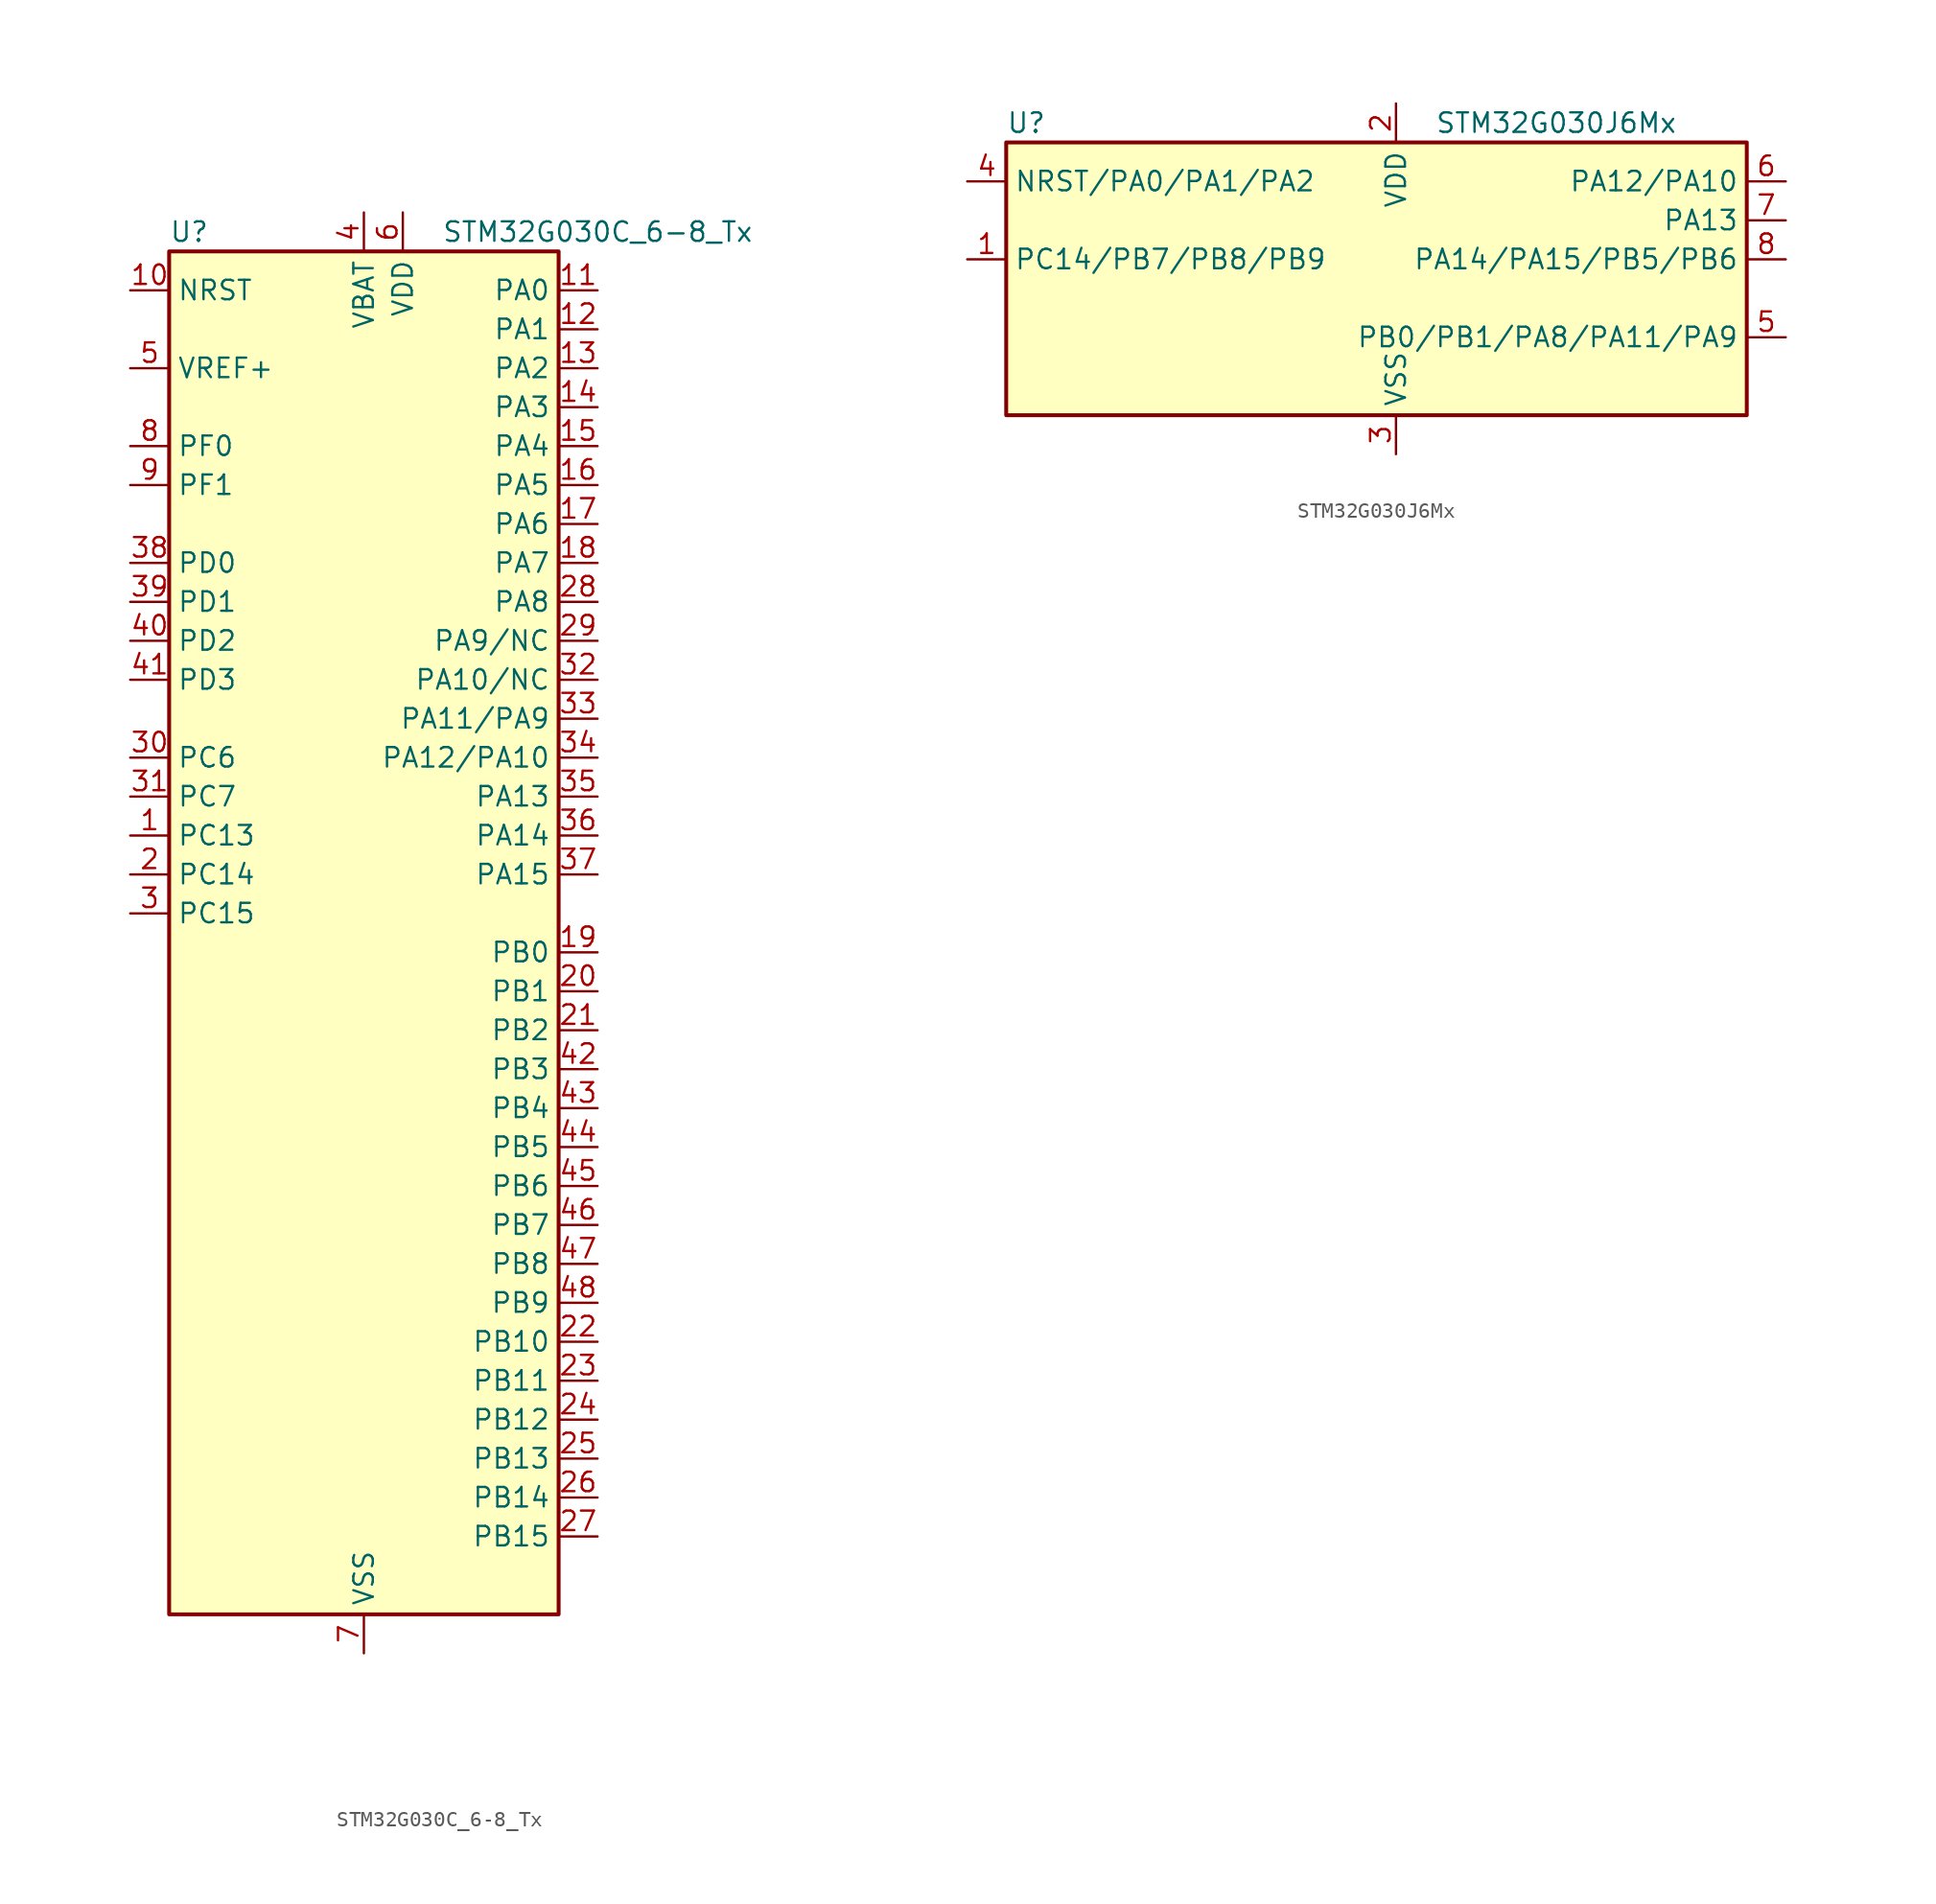
<source format=kicad_sym>
(kicad_symbol_lib
  (version 20211014)
  (generator kicad-library-utils)
  (symbol "STM32G030C_6-8_Tx"
    (property "Reference" "U"
      (at -12.7 46.99 0)
      (effects (font (size 1.27 1.27)) (justify left)))
    (property "Value" "STM32G030C_6-8_Tx"
      (at 5.08 46.99 0)
      (effects (font (size 1.27 1.27)) (justify left)))
    (property "ki_fp_filters" "LQFP*7x7mm*P0.5mm*"
      (at 0.0 0.0 0.0)
      (effects (font (size 1.27 1.27))))
    (symbol "STM32G030C_6-8_Tx_0_1"
      (rectangle (start -12.7 -43.18) (end 12.7 45.72) (stroke (width 0.254)) (fill (type background))))
    (symbol "STM32G030C_6-8_Tx_1_1"
      (pin input line (at -15.24 43.18 0) (length 2.54) (name "NRST" (effects (font (size 1.27 1.27)))) (number "10" (effects (font (size 1.27 1.27)))))
      (pin input line (at -15.24 38.1 0) (length 2.54) (name "VREF+" (effects (font (size 1.27 1.27)))) (number "5" (effects (font (size 1.27 1.27)))) (alternate "VREFBUF_OUT" bidirectional line))
      (pin bidirectional line (at -15.24 33.02 0) (length 2.54) (name "PF0" (effects (font (size 1.27 1.27)))) (number "8" (effects (font (size 1.27 1.27)))) (alternate "RCC_OSC_IN" bidirectional line) (alternate "TIM14_CH1" bidirectional line))
      (pin bidirectional line (at -15.24 30.48 0) (length 2.54) (name "PF1" (effects (font (size 1.27 1.27)))) (number "9" (effects (font (size 1.27 1.27)))) (alternate "RCC_OSC_EN" bidirectional line) (alternate "RCC_OSC_OUT" bidirectional line))
      (pin bidirectional line (at -15.24 25.4 0) (length 2.54) (name "PD0" (effects (font (size 1.27 1.27)))) (number "38" (effects (font (size 1.27 1.27)))) (alternate "SPI2_NSS" bidirectional line) (alternate "TIM16_CH1" bidirectional line))
      (pin bidirectional line (at -15.24 22.86 0) (length 2.54) (name "PD1" (effects (font (size 1.27 1.27)))) (number "39" (effects (font (size 1.27 1.27)))) (alternate "SPI2_SCK" bidirectional line) (alternate "TIM17_CH1" bidirectional line))
      (pin bidirectional line (at -15.24 20.32 0) (length 2.54) (name "PD2" (effects (font (size 1.27 1.27)))) (number "40" (effects (font (size 1.27 1.27)))) (alternate "TIM1_CH1N" bidirectional line) (alternate "TIM3_ETR" bidirectional line))
      (pin bidirectional line (at -15.24 17.78 0) (length 2.54) (name "PD3" (effects (font (size 1.27 1.27)))) (number "41" (effects (font (size 1.27 1.27)))) (alternate "SPI2_MISO" bidirectional line) (alternate "TIM1_CH2N" bidirectional line) (alternate "USART2_CTS" bidirectional line) (alternate "USART2_NSS" bidirectional line))
      (pin bidirectional line (at -15.24 12.7 0) (length 2.54) (name "PC6" (effects (font (size 1.27 1.27)))) (number "30" (effects (font (size 1.27 1.27)))) (alternate "TIM3_CH1" bidirectional line))
      (pin bidirectional line (at -15.24 10.16 0) (length 2.54) (name "PC7" (effects (font (size 1.27 1.27)))) (number "31" (effects (font (size 1.27 1.27)))) (alternate "TIM3_CH2" bidirectional line))
      (pin bidirectional line (at -15.24 7.62 0) (length 2.54) (name "PC13" (effects (font (size 1.27 1.27)))) (number "1" (effects (font (size 1.27 1.27)))) (alternate "RTC_OUT_ALARM" bidirectional line) (alternate "RTC_OUT_CALIB" bidirectional line) (alternate "RTC_TAMP_IN1" bidirectional line) (alternate "RTC_TS" bidirectional line) (alternate "SYS_WKUP2" bidirectional line) (alternate "TIM1_BK" bidirectional line))
      (pin bidirectional line (at -15.24 5.08 0) (length 2.54) (name "PC14" (effects (font (size 1.27 1.27)))) (number "2" (effects (font (size 1.27 1.27)))) (alternate "RCC_OSC32_IN" bidirectional line) (alternate "TIM1_BK2" bidirectional line))
      (pin bidirectional line (at -15.24 2.54 0) (length 2.54) (name "PC15" (effects (font (size 1.27 1.27)))) (number "3" (effects (font (size 1.27 1.27)))) (alternate "RCC_OSC32_EN" bidirectional line) (alternate "RCC_OSC32_OUT" bidirectional line) (alternate "RCC_OSC_EN" bidirectional line))
      (pin bidirectional line (at 15.24 43.18 180) (length 2.54) (name "PA0" (effects (font (size 1.27 1.27)))) (number "11" (effects (font (size 1.27 1.27)))) (alternate "ADC1_IN0" bidirectional line) (alternate "RTC_TAMP_IN2" bidirectional line) (alternate "SPI2_SCK" bidirectional line) (alternate "SYS_WKUP1" bidirectional line) (alternate "USART2_CTS" bidirectional line) (alternate "USART2_NSS" bidirectional line))
      (pin bidirectional line (at 15.24 40.64 180) (length 2.54) (name "PA1" (effects (font (size 1.27 1.27)))) (number "12" (effects (font (size 1.27 1.27)))) (alternate "ADC1_IN1" bidirectional line) (alternate "I2C1_SMBA" bidirectional line) (alternate "I2S1_CK" bidirectional line) (alternate "SPI1_SCK" bidirectional line) (alternate "USART2_CK" bidirectional line) (alternate "USART2_DE" bidirectional line) (alternate "USART2_RTS" bidirectional line))
      (pin bidirectional line (at 15.24 38.1 180) (length 2.54) (name "PA2" (effects (font (size 1.27 1.27)))) (number "13" (effects (font (size 1.27 1.27)))) (alternate "ADC1_IN2" bidirectional line) (alternate "I2S1_SD" bidirectional line) (alternate "RCC_LSCO" bidirectional line) (alternate "SPI1_MOSI" bidirectional line) (alternate "SYS_WKUP4" bidirectional line) (alternate "USART2_TX" bidirectional line))
      (pin bidirectional line (at 15.24 35.56 180) (length 2.54) (name "PA3" (effects (font (size 1.27 1.27)))) (number "14" (effects (font (size 1.27 1.27)))) (alternate "ADC1_IN3" bidirectional line) (alternate "SPI2_MISO" bidirectional line) (alternate "USART2_RX" bidirectional line))
      (pin bidirectional line (at 15.24 33.02 180) (length 2.54) (name "PA4" (effects (font (size 1.27 1.27)))) (number "15" (effects (font (size 1.27 1.27)))) (alternate "ADC1_IN4" bidirectional line) (alternate "I2S1_WS" bidirectional line) (alternate "RTC_OUT_ALARM" bidirectional line) (alternate "RTC_OUT_CALIB" bidirectional line) (alternate "SPI1_NSS" bidirectional line) (alternate "SPI2_MOSI" bidirectional line) (alternate "TIM14_CH1" bidirectional line))
      (pin bidirectional line (at 15.24 30.48 180) (length 2.54) (name "PA5" (effects (font (size 1.27 1.27)))) (number "16" (effects (font (size 1.27 1.27)))) (alternate "ADC1_IN5" bidirectional line) (alternate "I2S1_CK" bidirectional line) (alternate "SPI1_SCK" bidirectional line))
      (pin bidirectional line (at 15.24 27.94 180) (length 2.54) (name "PA6" (effects (font (size 1.27 1.27)))) (number "17" (effects (font (size 1.27 1.27)))) (alternate "ADC1_IN6" bidirectional line) (alternate "I2S1_MCK" bidirectional line) (alternate "SPI1_MISO" bidirectional line) (alternate "TIM16_CH1" bidirectional line) (alternate "TIM1_BK" bidirectional line) (alternate "TIM3_CH1" bidirectional line))
      (pin bidirectional line (at 15.24 25.4 180) (length 2.54) (name "PA7" (effects (font (size 1.27 1.27)))) (number "18" (effects (font (size 1.27 1.27)))) (alternate "ADC1_IN7" bidirectional line) (alternate "I2S1_SD" bidirectional line) (alternate "SPI1_MOSI" bidirectional line) (alternate "TIM14_CH1" bidirectional line) (alternate "TIM17_CH1" bidirectional line) (alternate "TIM1_CH1N" bidirectional line) (alternate "TIM3_CH2" bidirectional line))
      (pin bidirectional line (at 15.24 22.86 180) (length 2.54) (name "PA8" (effects (font (size 1.27 1.27)))) (number "28" (effects (font (size 1.27 1.27)))) (alternate "RCC_MCO" bidirectional line) (alternate "SPI2_NSS" bidirectional line) (alternate "TIM1_CH1" bidirectional line))
      (pin bidirectional line (at 15.24 20.32 180) (length 2.54) (name "PA9/NC" (effects (font (size 1.27 1.27)))) (number "29" (effects (font (size 1.27 1.27)))) (alternate "I2C1_SCL" bidirectional line) (alternate "RCC_MCO" bidirectional line) (alternate "SPI2_MISO" bidirectional line) (alternate "TIM1_CH2" bidirectional line) (alternate "USART1_TX" bidirectional line))
      (pin bidirectional line (at 15.24 17.78 180) (length 2.54) (name "PA10/NC" (effects (font (size 1.27 1.27)))) (number "32" (effects (font (size 1.27 1.27)))) (alternate "I2C1_SDA" bidirectional line) (alternate "SPI2_MOSI" bidirectional line) (alternate "TIM17_BK" bidirectional line) (alternate "TIM1_CH3" bidirectional line) (alternate "USART1_RX" bidirectional line))
      (pin bidirectional line (at 15.24 15.24 180) (length 2.54) (name "PA11/PA9" (effects (font (size 1.27 1.27)))) (number "33" (effects (font (size 1.27 1.27)))) (alternate "ADC1_EXTI11" bidirectional line) (alternate "I2C2_SCL" bidirectional line) (alternate "I2S1_MCK" bidirectional line) (alternate "SPI1_MISO" bidirectional line) (alternate "TIM1_BK2" bidirectional line) (alternate "TIM1_CH4" bidirectional line) (alternate "USART1_CTS" bidirectional line) (alternate "USART1_NSS" bidirectional line))
      (pin bidirectional line (at 15.24 12.7 180) (length 2.54) (name "PA12/PA10" (effects (font (size 1.27 1.27)))) (number "34" (effects (font (size 1.27 1.27)))) (alternate "I2C2_SDA" bidirectional line) (alternate "I2S1_SD" bidirectional line) (alternate "I2S_CKIN" bidirectional line) (alternate "SPI1_MOSI" bidirectional line) (alternate "TIM1_ETR" bidirectional line) (alternate "USART1_CK" bidirectional line) (alternate "USART1_DE" bidirectional line) (alternate "USART1_RTS" bidirectional line))
      (pin bidirectional line (at 15.24 10.16 180) (length 2.54) (name "PA13" (effects (font (size 1.27 1.27)))) (number "35" (effects (font (size 1.27 1.27)))) (alternate "ADC1_IN17" bidirectional line) (alternate "IR_OUT" bidirectional line) (alternate "SYS_SWDIO" bidirectional line))
      (pin bidirectional line (at 15.24 7.62 180) (length 2.54) (name "PA14" (effects (font (size 1.27 1.27)))) (number "36" (effects (font (size 1.27 1.27)))) (alternate "ADC1_IN18" bidirectional line) (alternate "SYS_SWCLK" bidirectional line) (alternate "USART2_TX" bidirectional line))
      (pin bidirectional line (at 15.24 5.08 180) (length 2.54) (name "PA15" (effects (font (size 1.27 1.27)))) (number "37" (effects (font (size 1.27 1.27)))) (alternate "I2S1_WS" bidirectional line) (alternate "SPI1_NSS" bidirectional line) (alternate "USART2_RX" bidirectional line))
      (pin bidirectional line (at 15.24 0.0 180) (length 2.54) (name "PB0" (effects (font (size 1.27 1.27)))) (number "19" (effects (font (size 1.27 1.27)))) (alternate "ADC1_IN8" bidirectional line) (alternate "I2S1_WS" bidirectional line) (alternate "SPI1_NSS" bidirectional line) (alternate "TIM1_CH2N" bidirectional line) (alternate "TIM3_CH3" bidirectional line))
      (pin bidirectional line (at 15.24 -2.54 180) (length 2.54) (name "PB1" (effects (font (size 1.27 1.27)))) (number "20" (effects (font (size 1.27 1.27)))) (alternate "ADC1_IN9" bidirectional line) (alternate "TIM14_CH1" bidirectional line) (alternate "TIM1_CH3N" bidirectional line) (alternate "TIM3_CH4" bidirectional line))
      (pin bidirectional line (at 15.24 -5.08 180) (length 2.54) (name "PB2" (effects (font (size 1.27 1.27)))) (number "21" (effects (font (size 1.27 1.27)))) (alternate "ADC1_IN10" bidirectional line) (alternate "SPI2_MISO" bidirectional line))
      (pin bidirectional line (at 15.24 -7.62 180) (length 2.54) (name "PB3" (effects (font (size 1.27 1.27)))) (number "42" (effects (font (size 1.27 1.27)))) (alternate "I2S1_CK" bidirectional line) (alternate "SPI1_SCK" bidirectional line) (alternate "TIM1_CH2" bidirectional line) (alternate "USART1_CK" bidirectional line) (alternate "USART1_DE" bidirectional line) (alternate "USART1_RTS" bidirectional line))
      (pin bidirectional line (at 15.24 -10.16 180) (length 2.54) (name "PB4" (effects (font (size 1.27 1.27)))) (number "43" (effects (font (size 1.27 1.27)))) (alternate "I2S1_MCK" bidirectional line) (alternate "SPI1_MISO" bidirectional line) (alternate "TIM17_BK" bidirectional line) (alternate "TIM3_CH1" bidirectional line) (alternate "USART1_CTS" bidirectional line) (alternate "USART1_NSS" bidirectional line))
      (pin bidirectional line (at 15.24 -12.7 180) (length 2.54) (name "PB5" (effects (font (size 1.27 1.27)))) (number "44" (effects (font (size 1.27 1.27)))) (alternate "I2C1_SMBA" bidirectional line) (alternate "I2S1_SD" bidirectional line) (alternate "SPI1_MOSI" bidirectional line) (alternate "SYS_WKUP6" bidirectional line) (alternate "TIM16_BK" bidirectional line) (alternate "TIM3_CH2" bidirectional line))
      (pin bidirectional line (at 15.24 -15.24 180) (length 2.54) (name "PB6" (effects (font (size 1.27 1.27)))) (number "45" (effects (font (size 1.27 1.27)))) (alternate "I2C1_SCL" bidirectional line) (alternate "SPI2_MISO" bidirectional line) (alternate "TIM16_CH1N" bidirectional line) (alternate "TIM1_CH3" bidirectional line) (alternate "USART1_TX" bidirectional line))
      (pin bidirectional line (at 15.24 -17.78 180) (length 2.54) (name "PB7" (effects (font (size 1.27 1.27)))) (number "46" (effects (font (size 1.27 1.27)))) (alternate "I2C1_SDA" bidirectional line) (alternate "SPI2_MOSI" bidirectional line) (alternate "SYS_PVD_IN" bidirectional line) (alternate "TIM17_CH1N" bidirectional line) (alternate "USART1_RX" bidirectional line))
      (pin bidirectional line (at 15.24 -20.32 180) (length 2.54) (name "PB8" (effects (font (size 1.27 1.27)))) (number "47" (effects (font (size 1.27 1.27)))) (alternate "I2C1_SCL" bidirectional line) (alternate "SPI2_SCK" bidirectional line) (alternate "TIM16_CH1" bidirectional line))
      (pin bidirectional line (at 15.24 -22.86 180) (length 2.54) (name "PB9" (effects (font (size 1.27 1.27)))) (number "48" (effects (font (size 1.27 1.27)))) (alternate "I2C1_SDA" bidirectional line) (alternate "IR_OUT" bidirectional line) (alternate "SPI2_NSS" bidirectional line) (alternate "TIM17_CH1" bidirectional line))
      (pin bidirectional line (at 15.24 -25.4 180) (length 2.54) (name "PB10" (effects (font (size 1.27 1.27)))) (number "22" (effects (font (size 1.27 1.27)))) (alternate "ADC1_IN11" bidirectional line) (alternate "I2C2_SCL" bidirectional line) (alternate "SPI2_SCK" bidirectional line))
      (pin bidirectional line (at 15.24 -27.94 180) (length 2.54) (name "PB11" (effects (font (size 1.27 1.27)))) (number "23" (effects (font (size 1.27 1.27)))) (alternate "ADC1_EXTI11" bidirectional line) (alternate "ADC1_IN15" bidirectional line) (alternate "I2C2_SDA" bidirectional line) (alternate "SPI2_MOSI" bidirectional line))
      (pin bidirectional line (at 15.24 -30.48 180) (length 2.54) (name "PB12" (effects (font (size 1.27 1.27)))) (number "24" (effects (font (size 1.27 1.27)))) (alternate "ADC1_IN16" bidirectional line) (alternate "SPI2_NSS" bidirectional line) (alternate "TIM1_BK" bidirectional line))
      (pin bidirectional line (at 15.24 -33.02 180) (length 2.54) (name "PB13" (effects (font (size 1.27 1.27)))) (number "25" (effects (font (size 1.27 1.27)))) (alternate "I2C2_SCL" bidirectional line) (alternate "SPI2_SCK" bidirectional line) (alternate "TIM1_CH1N" bidirectional line))
      (pin bidirectional line (at 15.24 -35.56 180) (length 2.54) (name "PB14" (effects (font (size 1.27 1.27)))) (number "26" (effects (font (size 1.27 1.27)))) (alternate "I2C2_SDA" bidirectional line) (alternate "SPI2_MISO" bidirectional line) (alternate "TIM1_CH2N" bidirectional line))
      (pin bidirectional line (at 15.24 -38.1 180) (length 2.54) (name "PB15" (effects (font (size 1.27 1.27)))) (number "27" (effects (font (size 1.27 1.27)))) (alternate "RTC_REFIN" bidirectional line) (alternate "SPI2_MOSI" bidirectional line) (alternate "TIM1_CH3N" bidirectional line))
      (pin power_in line (at 0.0 48.26 270) (length 2.54) (name "VBAT" (effects (font (size 1.27 1.27)))) (number "4" (effects (font (size 1.27 1.27)))))
      (pin power_in line (at 2.54 48.26 270) (length 2.54) (name "VDD" (effects (font (size 1.27 1.27)))) (number "6" (effects (font (size 1.27 1.27)))))
      (pin power_in line (at 0.0 -45.72 90) (length 2.54) (name "VSS" (effects (font (size 1.27 1.27)))) (number "7" (effects (font (size 1.27 1.27)))))))
  (symbol "STM32G030J6Mx"
    (property "Reference" "U"
      (at -22.86 11.43 0)
      (effects (font (size 1.27 1.27)) (justify left)))
    (property "Value" "STM32G030J6Mx"
      (at 5.08 11.43 0)
      (effects (font (size 1.27 1.27)) (justify left)))
    (property "ki_fp_filters" "SO*3.9x4.9mm*P1.27mm*"
      (at 0.0 0.0 0.0)
      (effects (font (size 1.27 1.27))))
    (symbol "STM32G030J6Mx_0_1"
      (rectangle (start -22.86 -7.62) (end 25.4 10.16) (stroke (width 0.254)) (fill (type background))))
    (symbol "STM32G030J6Mx_1_1"
      (pin input line (at -25.4 7.62 0) (length 2.54) (name "NRST/PA0/PA1/PA2" (effects (font (size 1.27 1.27)))) (number "4" (effects (font (size 1.27 1.27)))))
      (pin bidirectional line (at -25.4 2.54 0) (length 2.54) (name "PC14/PB7/PB8/PB9" (effects (font (size 1.27 1.27)))) (number "1" (effects (font (size 1.27 1.27)))) (alternate "RCC_OSC32_IN" bidirectional line) (alternate "RCC_OSC_IN" bidirectional line) (alternate "TIM1_BK2" bidirectional line))
      (pin bidirectional line (at 27.94 7.62 180) (length 2.54) (name "PA12/PA10" (effects (font (size 1.27 1.27)))) (number "6" (effects (font (size 1.27 1.27)))) (alternate "ADC1_IN16" bidirectional line) (alternate "I2C2_SDA" bidirectional line) (alternate "I2S1_SD" bidirectional line) (alternate "I2S_CKIN" bidirectional line) (alternate "SPI1_MOSI" bidirectional line) (alternate "TIM1_ETR" bidirectional line) (alternate "USART1_CK" bidirectional line) (alternate "USART1_DE" bidirectional line) (alternate "USART1_RTS" bidirectional line))
      (pin bidirectional line (at 27.94 5.08 180) (length 2.54) (name "PA13" (effects (font (size 1.27 1.27)))) (number "7" (effects (font (size 1.27 1.27)))) (alternate "ADC1_IN17" bidirectional line) (alternate "IR_OUT" bidirectional line) (alternate "SYS_SWDIO" bidirectional line))
      (pin bidirectional line (at 27.94 2.54 180) (length 2.54) (name "PA14/PA15/PB5/PB6" (effects (font (size 1.27 1.27)))) (number "8" (effects (font (size 1.27 1.27)))) (alternate "ADC1_IN18" bidirectional line) (alternate "SYS_SWCLK" bidirectional line))
      (pin bidirectional line (at 27.94 -2.54 180) (length 2.54) (name "PB0/PB1/PA8/PA11/PA9" (effects (font (size 1.27 1.27)))) (number "5" (effects (font (size 1.27 1.27)))) (alternate "ADC1_IN8" bidirectional line) (alternate "I2S1_WS" bidirectional line) (alternate "SPI1_NSS" bidirectional line) (alternate "TIM1_CH2N" bidirectional line) (alternate "TIM3_CH3" bidirectional line))
      (pin power_in line (at 2.54 12.7 270) (length 2.54) (name "VDD" (effects (font (size 1.27 1.27)))) (number "2" (effects (font (size 1.27 1.27)))))
      (pin power_in line (at 2.54 -10.16 90) (length 2.54) (name "VSS" (effects (font (size 1.27 1.27)))) (number "3" (effects (font (size 1.27 1.27))))))))
</source>
